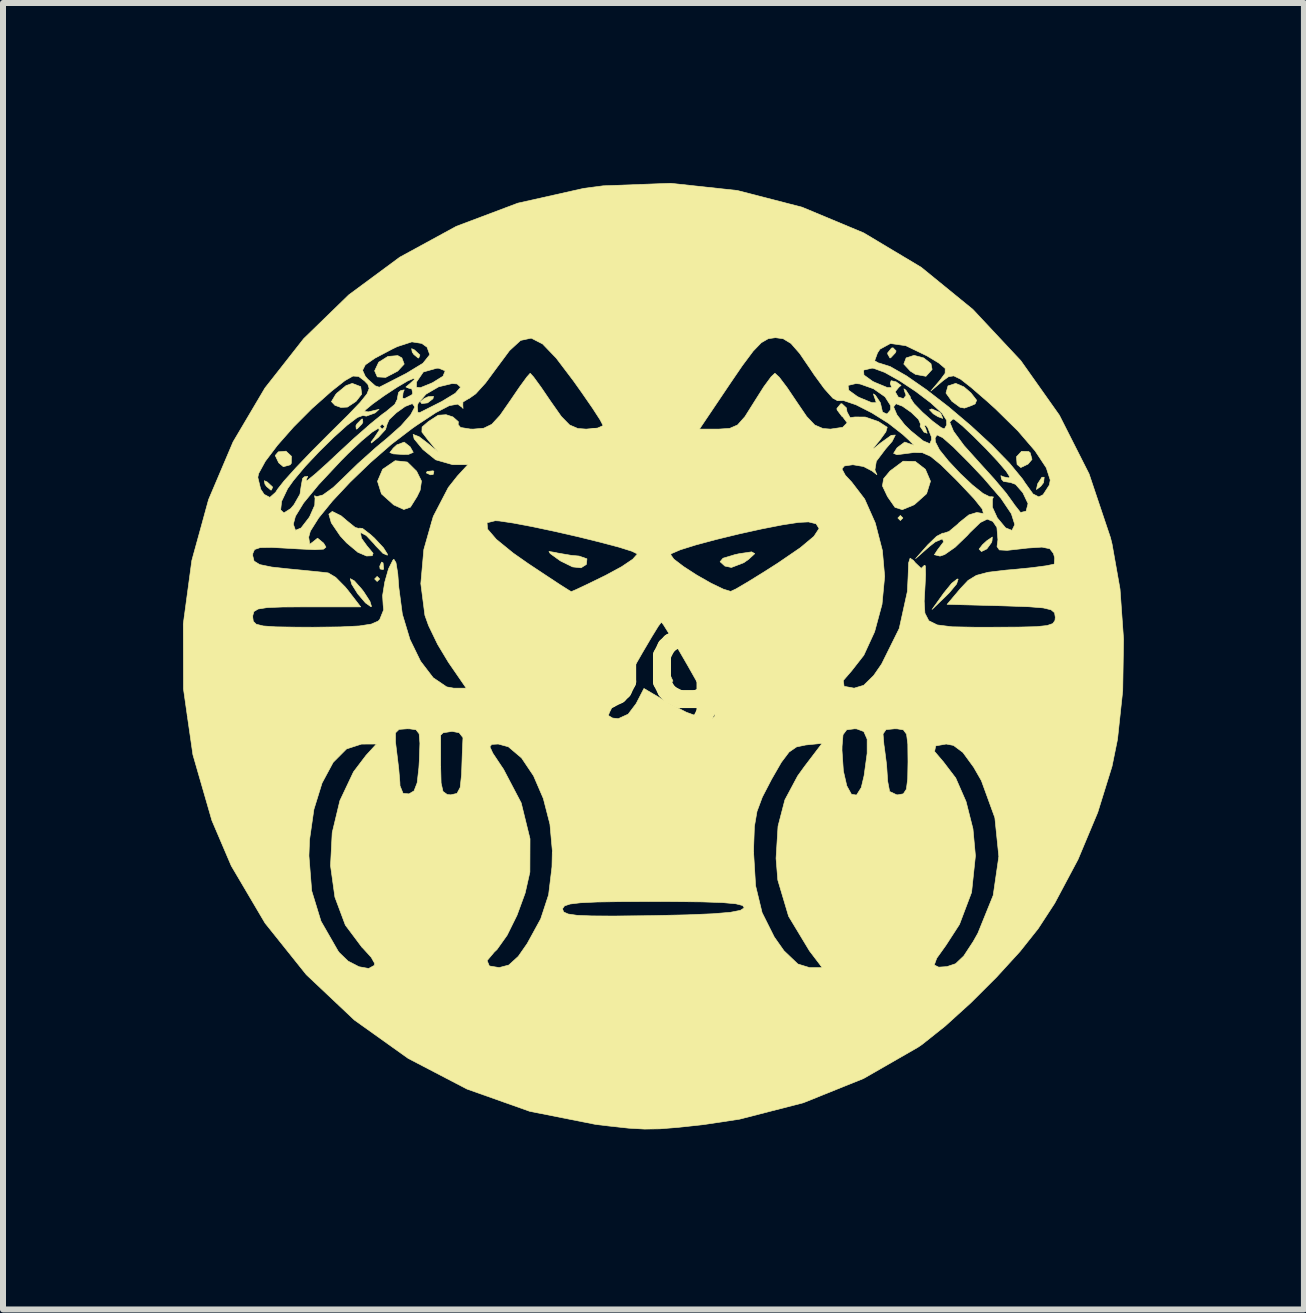
<source format=kicad_pcb>
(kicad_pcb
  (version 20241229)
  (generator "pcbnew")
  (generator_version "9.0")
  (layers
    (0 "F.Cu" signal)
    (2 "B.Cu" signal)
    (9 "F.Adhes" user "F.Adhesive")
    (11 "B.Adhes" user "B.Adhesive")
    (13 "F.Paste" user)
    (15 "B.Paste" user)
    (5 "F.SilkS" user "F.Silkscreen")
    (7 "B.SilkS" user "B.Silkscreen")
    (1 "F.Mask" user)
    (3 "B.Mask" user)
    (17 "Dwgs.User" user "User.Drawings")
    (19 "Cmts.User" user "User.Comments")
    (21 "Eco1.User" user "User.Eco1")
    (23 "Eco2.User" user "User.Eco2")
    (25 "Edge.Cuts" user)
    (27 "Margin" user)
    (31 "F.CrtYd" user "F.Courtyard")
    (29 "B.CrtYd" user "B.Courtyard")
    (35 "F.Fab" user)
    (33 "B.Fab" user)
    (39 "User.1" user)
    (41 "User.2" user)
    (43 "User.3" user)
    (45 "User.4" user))
  (footprint "Logo"
    (layer "F.Cu")
    (at 7.766 7.912)
    (property "Reference" "Logo" (at 0 0 0) (layer "F.SilkS") (effects (font (size 1.524 1.524) (thickness 0.3))))
    (attr through_hole)
    (fp_poly (pts (xy -4.487 -1.312) (xy -4.53 -1.27) (xy -4.572 -1.312) (xy -4.53 -1.355) (xy -4.487 -1.312)) (stroke (width 0.01) (type solid)) (fill yes) (layer "F.SilkS"))
    (fp_poly (pts (xy 4.233 -2.328) (xy 4.191 -2.286) (xy 4.149 -2.328) (xy 4.191 -2.371) (xy 4.233 -2.328)) (stroke (width 0.01) (type solid)) (fill yes) (layer "F.SilkS"))
    (fp_poly (pts (xy -4.431 -1.58) (xy -4.421 -1.48) (xy -4.431 -1.468) (xy -4.481 -1.479) (xy -4.487 -1.524) (xy -4.456 -1.594) (xy -4.431 -1.58)) (stroke (width 0.01) (type solid)) (fill yes) (layer "F.SilkS"))
    (fp_poly (pts (xy -3.584 -3.104) (xy -3.596 -3.054) (xy -3.641 -3.048) (xy -3.71 -3.079) (xy -3.697 -3.104) (xy -3.597 -3.115) (xy -3.584 -3.104)) (stroke (width 0.01) (type solid)) (fill yes) (layer "F.SilkS"))
    (fp_poly (pts (xy -6.363 -2.929) (xy -6.272 -2.844) (xy -6.291 -2.795) (xy -6.303 -2.794) (xy -6.374 -2.854) (xy -6.4 -2.892) (xy -6.41 -2.95) (xy -6.363 -2.929)) (stroke (width 0.01) (type solid)) (fill yes) (layer "F.SilkS"))
    (fp_poly (pts (xy -3.908 -5.13) (xy -3.817 -5.045) (xy -3.836 -4.996) (xy -3.847 -4.995) (xy -3.919 -5.055) (xy -3.945 -5.093) (xy -3.955 -5.151) (xy -3.908 -5.13)) (stroke (width 0.01) (type solid)) (fill yes) (layer "F.SilkS"))
    (fp_poly (pts (xy -3.599 -4.317) (xy -3.689 -4.247) (xy -3.787 -4.235) (xy -3.81 -4.267) (xy -3.744 -4.321) (xy -3.679 -4.35) (xy -3.591 -4.356) (xy -3.599 -4.317)) (stroke (width 0.01) (type solid)) (fill yes) (layer "F.SilkS"))
    (fp_poly (pts (xy 0.258 0.156) (xy 0.337 0.252) (xy 0.401 0.391) (xy 0.363 0.407) (xy 0.215 0.309) (xy 0.119 0.197) (xy 0.152 0.138) (xy 0.258 0.156)) (stroke (width 0.01) (type solid)) (fill yes) (layer "F.SilkS"))
    (fp_poly (pts (xy 4.85 -4.087) (xy 4.868 -4.064) (xy 4.898 -3.988) (xy 4.818 -4.017) (xy 4.741 -4.064) (xy 4.676 -4.132) (xy 4.715 -4.147) (xy 4.85 -4.087)) (stroke (width 0.01) (type solid)) (fill yes) (layer "F.SilkS"))
    (fp_poly (pts (xy 6.578 -2.918) (xy 6.53 -2.856) (xy 6.459 -2.803) (xy 6.476 -2.887) (xy 6.482 -2.903) (xy 6.55 -3.007) (xy 6.588 -3.008) (xy 6.578 -2.918)) (stroke (width 0.01) (type solid)) (fill yes) (layer "F.SilkS"))
    (fp_poly (pts (xy -5.958 -3.357) (xy -5.961 -3.239) (xy -5.981 -3.214) (xy -6.093 -3.183) (xy -6.171 -3.249) (xy -6.229 -3.37) (xy -6.177 -3.431) (xy -6.049 -3.442) (xy -5.958 -3.357)) (stroke (width 0.01) (type solid)) (fill yes) (layer "F.SilkS"))
    (fp_poly (pts (xy -4.768 -3.925) (xy -4.784 -3.895) (xy -4.863 -3.814) (xy -4.878 -3.81) (xy -4.884 -3.865) (xy -4.868 -3.895) (xy -4.789 -3.976) (xy -4.774 -3.979) (xy -4.768 -3.925)) (stroke (width 0.01) (type solid)) (fill yes) (layer "F.SilkS"))
    (fp_poly (pts (xy 4.12 -5.113) (xy 4.106 -5.08) (xy 4.03 -4.999) (xy 4.017 -4.995) (xy 3.98 -5.061) (xy 3.979 -5.08) (xy 4.044 -5.161) (xy 4.069 -5.165) (xy 4.12 -5.113)) (stroke (width 0.01) (type solid)) (fill yes) (layer "F.SilkS"))
    (fp_poly (pts (xy 5.154 -1.309) (xy 5.128 -1.229) (xy 5.008 -1.084) (xy 4.959 -1.035) (xy 4.719 -0.804) (xy 4.915 -1.078) (xy 5.047 -1.24) (xy 5.139 -1.312) (xy 5.154 -1.309)) (stroke (width 0.01) (type solid)) (fill yes) (layer "F.SilkS"))
    (fp_poly (pts (xy 5.718 -1.944) (xy 5.708 -1.917) (xy 5.632 -1.813) (xy 5.542 -1.769) (xy 5.503 -1.81) (xy 5.56 -1.883) (xy 5.632 -1.949) (xy 5.724 -2.011) (xy 5.718 -1.944)) (stroke (width 0.01) (type solid)) (fill yes) (layer "F.SilkS"))
    (fp_poly (pts (xy 6.328 -3.437) (xy 6.354 -3.417) (xy 6.385 -3.305) (xy 6.319 -3.227) (xy 6.198 -3.169) (xy 6.136 -3.221) (xy 6.126 -3.349) (xy 6.211 -3.44) (xy 6.328 -3.437)) (stroke (width 0.01) (type solid)) (fill yes) (layer "F.SilkS"))
    (fp_poly (pts (xy -3.98 -3.515) (xy -3.928 -3.422) (xy -4.006 -3.389) (xy -4.096 -3.387) (xy -4.26 -3.397) (xy -4.318 -3.419) (xy -4.262 -3.492) (xy -4.202 -3.547) (xy -4.079 -3.593) (xy -3.98 -3.515)) (stroke (width 0.01) (type solid)) (fill yes) (layer "F.SilkS"))
    (fp_poly (pts (xy -4.118 -4.997) (xy -4.079 -4.894) (xy -4.186 -4.778) (xy -4.186 -4.778) (xy -4.387 -4.672) (xy -4.527 -4.68) (xy -4.572 -4.781) (xy -4.504 -4.925) (xy -4.351 -5.021) (xy -4.186 -5.035) (xy -4.118 -4.997)) (stroke (width 0.01) (type solid)) (fill yes) (layer "F.SilkS"))
    (fp_poly (pts (xy 1.764 -1.734) (xy 1.661 -1.639) (xy 1.581 -1.583) (xy 1.375 -1.504) (xy 1.266 -1.527) (xy 1.186 -1.6) (xy 1.235 -1.658) (xy 1.431 -1.717) (xy 1.503 -1.733) (xy 1.712 -1.764) (xy 1.764 -1.734)) (stroke (width 0.01) (type solid)) (fill yes) (layer "F.SilkS"))
    (fp_poly (pts (xy 4.58 -4.996) (xy 4.701 -4.901) (xy 4.72 -4.804) (xy 4.617 -4.69) (xy 4.443 -4.722) (xy 4.357 -4.777) (xy 4.248 -4.894) (xy 4.287 -4.996) (xy 4.288 -4.997) (xy 4.419 -5.039) (xy 4.58 -4.996)) (stroke (width 0.01) (type solid)) (fill yes) (layer "F.SilkS"))
    (fp_poly (pts (xy -4.804 -4.518) (xy -4.787 -4.393) (xy -4.881 -4.273) (xy -5.025 -4.177) (xy -5.134 -4.171) (xy -5.233 -4.206) (xy -5.292 -4.268) (xy -5.222 -4.385) (xy -5.199 -4.411) (xy -5.048 -4.535) (xy -4.945 -4.572) (xy -4.804 -4.518)) (stroke (width 0.01) (type solid)) (fill yes) (layer "F.SilkS"))
    (fp_poly (pts (xy -4.909 -1.28) (xy -4.788 -1.144) (xy -4.754 -1.1) (xy -4.65 -0.939) (xy -4.624 -0.854) (xy -4.633 -0.849) (xy -4.724 -0.913) (xy -4.852 -1.063) (xy -4.855 -1.067) (xy -4.954 -1.225) (xy -4.978 -1.315) (xy -4.976 -1.317) (xy -4.909 -1.28)) (stroke (width 0.01) (type solid)) (fill yes) (layer "F.SilkS"))
    (fp_poly (pts (xy -1.558 -1.753) (xy -1.524 -1.745) (xy -1.299 -1.706) (xy -1.164 -1.694) (xy -1.033 -1.648) (xy -1.042 -1.555) (xy -1.131 -1.498) (xy -1.272 -1.513) (xy -1.466 -1.608) (xy -1.491 -1.624) (xy -1.645 -1.735) (xy -1.666 -1.771) (xy -1.558 -1.753)) (stroke (width 0.01) (type solid)) (fill yes) (layer "F.SilkS"))
    (fp_poly (pts (xy 5.25 -4.514) (xy 5.367 -4.413) (xy 5.462 -4.291) (xy 5.437 -4.23) (xy 5.373 -4.201) (xy 5.259 -4.16) (xy 5.185 -4.174) (xy 5.064 -4.263) (xy 5.05 -4.273) (xy 4.951 -4.411) (xy 4.985 -4.53) (xy 5.114 -4.572) (xy 5.25 -4.514)) (stroke (width 0.01) (type solid)) (fill yes) (layer "F.SilkS"))
    (fp_poly (pts (xy -4.027 -3.261) (xy -3.872 -3.108) (xy -3.791 -2.944) (xy -3.813 -2.792) (xy -3.865 -2.685) (xy -3.975 -2.509) (xy -4.085 -2.47) (xy -4.253 -2.546) (xy -4.253 -2.546) (xy -4.458 -2.73) (xy -4.524 -2.94) (xy -4.439 -3.139) (xy -4.439 -3.14) (xy -4.23 -3.283) (xy -4.027 -3.261)) (stroke (width 0.01) (type solid)) (fill yes) (layer "F.SilkS"))
    (fp_poly (pts (xy 4.439 -3.271) (xy 4.608 -3.14) (xy 4.693 -2.941) (xy 4.628 -2.733) (xy 4.427 -2.553) (xy 4.406 -2.542) (xy 4.223 -2.467) (xy 4.101 -2.506) (xy 3.979 -2.681) (xy 3.974 -2.69) (xy 3.892 -2.863) (xy 3.912 -2.984) (xy 4.019 -3.112) (xy 4.237 -3.275) (xy 4.439 -3.271)) (stroke (width 0.01) (type solid)) (fill yes) (layer "F.SilkS"))
    (fp_poly (pts (xy -5.131 -2.365) (xy -5.031 -2.28) (xy -4.895 -2.17) (xy -4.828 -2.153) (xy -4.826 -2.16) (xy -4.773 -2.154) (xy -4.64 -2.052) (xy -4.573 -1.991) (xy -4.425 -1.832) (xy -4.358 -1.725) (xy -4.36 -1.708) (xy -4.433 -1.739) (xy -4.558 -1.869) (xy -4.58 -1.897) (xy -4.712 -2.037) (xy -4.8 -2.083) (xy -4.807 -2.079) (xy -4.792 -1.991) (xy -4.699 -1.863) (xy -4.597 -1.74) (xy -4.612 -1.699) (xy -4.707 -1.695) (xy -4.852 -1.757) (xy -5.04 -1.915) (xy -5.144 -2.028) (xy -5.294 -2.248) (xy -5.335 -2.392) (xy -5.278 -2.438) (xy -5.131 -2.365)) (stroke (width 0.01) (type solid)) (fill yes) (layer "F.SilkS"))
    (fp_poly (pts (xy 1.474 -7.787) (xy 2.552 -7.509) (xy 3.58 -7.08) (xy 4.538 -6.507) (xy 5.399 -5.805) (xy 6.198 -4.951) (xy 6.841 -4.042) (xy 7.336 -3.064) (xy 7.692 -2.003) (xy 7.719 -1.895) (xy 7.852 -1.144) (xy 7.911 -0.307) (xy 7.897 0.551) (xy 7.81 1.362) (xy 7.719 1.81) (xy 7.481 2.578) (xy 7.152 3.363) (xy 6.763 4.094) (xy 6.488 4.516) (xy 6.185 4.897) (xy 5.795 5.324) (xy 5.365 5.753) (xy 4.937 6.141) (xy 4.555 6.445) (xy 4.487 6.492) (xy 3.578 7.014) (xy 2.573 7.419) (xy 1.511 7.692) (xy 0.908 7.783) (xy 0.492 7.828) (xy 0.184 7.853) (xy -0.072 7.857) (xy -0.336 7.842) (xy -0.667 7.806) (xy -0.889 7.779) (xy -1.987 7.561) (xy -3.033 7.19) (xy -4.013 6.679) (xy -4.91 6.039) (xy -5.711 5.283) (xy -6.399 4.423) (xy -6.961 3.47) (xy -7.033 3.302) (xy -5.667 3.302) (xy -5.621 3.886) (xy -5.466 4.392) (xy -5.182 4.887) (xy -5.16 4.917) (xy -5.013 5.058) (xy -4.832 5.151) (xy -4.671 5.18) (xy -4.578 5.129) (xy -4.572 5.095) (xy -4.598 5.049) (xy -2.697 5.049) (xy -2.66 5.138) (xy -2.496 5.165) (xy -2.336 5.123) (xy -2.178 4.979) (xy -2.029 4.765) (xy -1.804 4.354) (xy -1.751 4.193) (xy -1.439 4.193) (xy -1.42 4.239) (xy -1.347 4.272) (xy -1.198 4.294) (xy -0.952 4.304) (xy -0.585 4.306) (xy -0.076 4.301) (xy 0.057 4.299) (xy 0.638 4.286) (xy 1.066 4.268) (xy 1.356 4.244) (xy 1.525 4.211) (xy 1.588 4.17) (xy 1.563 4.131) (xy 1.449 4.102) (xy 1.228 4.082) (xy 0.881 4.07) (xy 0.391 4.065) (xy 0.092 4.064) (xy -0.459 4.066) (xy -0.863 4.072) (xy -1.141 4.085) (xy -1.315 4.106) (xy -1.407 4.137) (xy -1.438 4.181) (xy -1.439 4.193) (xy -1.751 4.193) (xy -1.672 3.951) (xy -1.616 3.488) (xy -1.611 3.254) (xy 1.745 3.254) (xy 1.778 3.802) (xy 1.886 4.249) (xy 2.089 4.655) (xy 2.251 4.885) (xy 2.483 5.106) (xy 2.676 5.165) (xy 2.887 5.165) (xy 2.855 5.122) (xy 4.756 5.122) (xy 4.83 5.158) (xy 4.967 5.149) (xy 5.111 5.101) (xy 5.247 4.972) (xy 5.405 4.731) (xy 5.483 4.592) (xy 5.738 3.962) (xy 5.832 3.313) (xy 5.766 2.668) (xy 5.541 2.049) (xy 5.413 1.826) (xy 5.233 1.579) (xy 5.076 1.462) (xy 4.955 1.439) (xy 4.78 1.47) (xy 4.761 1.563) (xy 4.897 1.723) (xy 4.903 1.729) (xy 5.114 2.006) (xy 5.286 2.399) (xy 5.401 2.853) (xy 5.442 3.302) (xy 5.378 3.911) (xy 5.176 4.446) (xy 4.95 4.795) (xy 4.797 5.009) (xy 4.756 5.122) (xy 2.855 5.122) (xy 2.676 4.887) (xy 2.328 4.31) (xy 2.148 3.706) (xy 2.119 3.344) (xy 2.152 2.808) (xy 2.266 2.37) (xy 2.479 1.971) (xy 2.59 1.817) (xy 2.797 1.545) (xy 3.218 1.545) (xy 3.241 1.888) (xy 3.298 2.136) (xy 3.375 2.276) (xy 3.46 2.29) (xy 3.539 2.165) (xy 3.586 1.968) (xy 3.637 1.595) (xy 3.637 1.358) (xy 3.599 1.271) (xy 3.902 1.271) (xy 3.917 1.451) (xy 3.925 1.503) (xy 3.961 1.784) (xy 3.978 2.038) (xy 3.978 2.053) (xy 4.012 2.23) (xy 4.129 2.285) (xy 4.149 2.286) (xy 4.24 2.269) (xy 4.291 2.192) (xy 4.313 2.019) (xy 4.318 1.736) (xy 4.315 1.44) (xy 4.294 1.275) (xy 4.241 1.203) (xy 4.14 1.186) (xy 4.095 1.185) (xy 3.952 1.199) (xy 3.902 1.271) (xy 3.599 1.271) (xy 3.581 1.231) (xy 3.464 1.187) (xy 3.429 1.185) (xy 3.296 1.202) (xy 3.235 1.284) (xy 3.219 1.477) (xy 3.218 1.545) (xy 2.797 1.545) (xy 2.886 1.428) (xy 2.614 1.455) (xy 2.461 1.487) (xy 2.336 1.573) (xy 2.207 1.744) (xy 2.044 2.027) (xy 1.89 2.324) (xy 1.801 2.563) (xy 1.758 2.814) (xy 1.746 3.146) (xy 1.745 3.254) (xy -1.611 3.254) (xy -1.61 3.217) (xy -1.65 2.774) (xy -1.76 2.347) (xy -1.923 1.969) (xy -2.123 1.671) (xy -2.343 1.485) (xy -2.512 1.439) (xy -2.619 1.445) (xy -2.651 1.485) (xy -2.602 1.592) (xy -2.465 1.798) (xy -2.424 1.858) (xy -2.129 2.42) (xy -1.982 3.019) (xy -1.984 3.574) (xy -2.063 3.923) (xy -2.198 4.292) (xy -2.363 4.626) (xy -2.533 4.865) (xy -2.576 4.905) (xy -2.697 5.049) (xy -4.598 5.049) (xy -4.628 4.995) (xy -4.765 4.844) (xy -4.783 4.827) (xy -5.06 4.457) (xy -5.234 3.991) (xy -5.307 3.465) (xy -5.279 2.917) (xy -5.151 2.383) (xy -4.924 1.903) (xy -4.717 1.63) (xy -4.542 1.439) (xy -4.79 1.44) (xy -5.04 1.521) (xy -5.263 1.745) (xy -5.448 2.089) (xy -5.584 2.528) (xy -5.657 3.036) (xy -5.667 3.302) (xy -7.033 3.302) (xy -7.284 2.714) (xy -7.601 1.616) (xy -7.631 1.406) (xy -4.224 1.406) (xy -4.203 1.578) (xy -4.17 1.852) (xy -4.151 2.078) (xy -4.149 2.135) (xy -4.098 2.261) (xy -4 2.27) (xy -3.915 2.22) (xy -3.863 2.086) (xy -3.834 1.832) (xy -3.827 1.714) (xy -3.817 1.426) (xy -3.828 1.291) (xy -3.471 1.291) (xy -3.471 1.82) (xy -3.464 2.089) (xy -3.432 2.23) (xy -3.361 2.281) (xy -3.302 2.286) (xy -3.199 2.262) (xy -3.146 2.163) (xy -3.123 1.947) (xy -3.12 1.863) (xy -3.111 1.595) (xy -3.102 1.392) (xy -3.099 1.333) (xy -3.163 1.251) (xy -3.281 1.228) (xy -3.43 1.252) (xy -3.471 1.291) (xy -3.828 1.291) (xy -3.83 1.268) (xy -3.882 1.201) (xy -3.987 1.186) (xy -4.029 1.185) (xy -4.165 1.195) (xy -4.224 1.253) (xy -4.224 1.406) (xy -7.631 1.406) (xy -7.695 0.963) (xy -0.677 0.963) (xy -0.606 1.006) (xy -0.51 1.016) (xy -0.346 0.941) (xy -0.213 0.765) (xy -0.083 0.513) (xy 0.343 0.765) (xy 0.625 0.91) (xy 0.87 0.999) (xy 1.041 1.022) (xy 1.101 0.973) (xy 1.062 0.885) (xy 0.96 0.692) (xy 0.816 0.431) (xy 0.651 0.139) (xy 0.486 -0.146) (xy 0.343 -0.388) (xy 0.243 -0.548) (xy 0.208 -0.593) (xy 0.157 -0.525) (xy 0.046 -0.345) (xy -0.103 -0.092) (xy -0.269 0.197) (xy -0.431 0.485) (xy -0.566 0.733) (xy -0.655 0.906) (xy -0.677 0.963) (xy -7.695 0.963) (xy -7.758 0.519) (xy -7.761 -0.563) (xy -7.619 -1.618) (xy -7.597 -1.7) (xy -6.604 -1.7) (xy -6.581 -1.61) (xy -6.487 -1.552) (xy -6.288 -1.511) (xy -6.032 -1.483) (xy -5.724 -1.453) (xy -5.476 -1.428) (xy -5.345 -1.413) (xy -5.222 -1.34) (xy -5.062 -1.178) (xy -5.016 -1.122) (xy -4.804 -0.847) (xy -5.704 -0.847) (xy -6.104 -0.845) (xy -6.363 -0.835) (xy -6.514 -0.811) (xy -6.584 -0.769) (xy -6.603 -0.701) (xy -6.604 -0.677) (xy -6.594 -0.606) (xy -6.545 -0.558) (xy -6.429 -0.529) (xy -6.218 -0.514) (xy -5.883 -0.509) (xy -5.598 -0.508) (xy -5.142 -0.513) (xy -4.827 -0.529) (xy -4.627 -0.56) (xy -4.515 -0.609) (xy -4.488 -0.634) (xy -4.422 -0.797) (xy -4.43 -0.882) (xy -4.439 -1.036) (xy -4.403 -1.26) (xy -4.34 -1.482) (xy -4.268 -1.625) (xy -4.251 -1.64) (xy -4.216 -1.584) (xy -4.186 -1.4) (xy -4.169 -1.172) (xy -4.11 -0.725) (xy -3.983 -0.304) (xy -3.806 0.059) (xy -3.596 0.334) (xy -3.37 0.487) (xy -3.254 0.508) (xy -3.045 0.508) (xy -3.342 0.077) (xy -3.523 -0.224) (xy -3.673 -0.535) (xy -3.734 -0.706) (xy -3.802 -1.235) (xy -3.752 -1.802) (xy -3.625 -2.249) (xy -2.698 -2.249) (xy -2.69 -2.143) (xy -2.543 -1.972) (xy -2.262 -1.743) (xy -2.012 -1.568) (xy -1.715 -1.371) (xy -1.477 -1.214) (xy -1.328 -1.12) (xy -1.294 -1.101) (xy -1.214 -1.135) (xy -1.021 -1.226) (xy -0.757 -1.355) (xy -0.72 -1.373) (xy -0.456 -1.516) (xy -0.269 -1.642) (xy -0.201 -1.719) (xy 0.361 -1.719) (xy 0.415 -1.643) (xy 0.576 -1.52) (xy 0.797 -1.377) (xy 1.034 -1.242) (xy 1.242 -1.142) (xy 1.363 -1.105) (xy 1.451 -1.146) (xy 1.648 -1.262) (xy 1.923 -1.432) (xy 2.15 -1.577) (xy 2.524 -1.833) (xy 2.75 -2.022) (xy 2.836 -2.153) (xy 2.786 -2.232) (xy 2.66 -2.263) (xy 2.494 -2.255) (xy 2.22 -2.213) (xy 1.874 -2.145) (xy 1.494 -2.061) (xy 1.117 -1.969) (xy 0.781 -1.879) (xy 0.522 -1.798) (xy 0.378 -1.736) (xy 0.361 -1.719) (xy -0.201 -1.719) (xy -0.195 -1.725) (xy -0.196 -1.731) (xy -0.283 -1.774) (xy -0.499 -1.842) (xy -0.809 -1.924) (xy -1.176 -2.015) (xy -1.565 -2.104) (xy -1.938 -2.183) (xy -2.26 -2.244) (xy -2.494 -2.279) (xy -2.561 -2.283) (xy -2.698 -2.249) (xy -3.625 -2.249) (xy -3.594 -2.355) (xy -3.344 -2.836) (xy -3.193 -3.027) (xy -3.018 -3.217) (xy -3.271 -3.217) (xy -3.554 -3.298) (xy -3.768 -3.471) (xy -3.913 -3.647) (xy -3.93 -3.722) (xy -3.83 -3.683) (xy -3.69 -3.577) (xy -3.514 -3.429) (xy -3.676 -3.621) (xy -3.784 -3.761) (xy -3.781 -3.845) (xy -3.676 -3.936) (xy -3.513 -4.041) (xy -3.381 -4.05) (xy -3.267 -4.013) (xy -3.176 -3.933) (xy -3.18 -3.886) (xy -3.139 -3.837) (xy -2.976 -3.811) (xy -2.927 -3.81) (xy -2.753 -3.825) (xy -2.619 -3.89) (xy -2.481 -4.04) (xy -2.317 -4.276) (xy -2.156 -4.512) (xy -2.034 -4.679) (xy -1.979 -4.741) (xy -1.921 -4.677) (xy -1.797 -4.507) (xy -1.64 -4.276) (xy -1.46 -4.02) (xy -1.322 -3.879) (xy -1.185 -3.82) (xy -1.046 -3.81) (xy 0.842 -3.81) (xy 1.163 -3.81) (xy 1.346 -3.822) (xy 1.477 -3.879) (xy 1.6 -4.017) (xy 1.758 -4.268) (xy 1.763 -4.276) (xy 1.915 -4.516) (xy 2.038 -4.683) (xy 2.1 -4.741) (xy 2.172 -4.675) (xy 2.303 -4.502) (xy 2.455 -4.276) (xy 2.63 -4.019) (xy 2.764 -3.878) (xy 2.9 -3.82) (xy 3.027 -3.81) (xy 3.23 -3.84) (xy 3.304 -3.915) (xy 3.23 -4.014) (xy 3.217 -4.022) (xy 3.136 -4.13) (xy 3.133 -4.154) (xy 3.197 -4.231) (xy 3.217 -4.233) (xy 3.291 -4.164) (xy 3.302 -4.097) (xy 3.353 -4.002) (xy 3.435 -4.012) (xy 3.606 -4.011) (xy 3.824 -3.936) (xy 3.972 -3.841) (xy 3.949 -3.764) (xy 3.845 -3.62) (xy 3.737 -3.491) (xy 3.742 -3.481) (xy 3.859 -3.577) (xy 4.039 -3.706) (xy 4.107 -3.711) (xy 4.054 -3.605) (xy 3.944 -3.478) (xy 3.79 -3.274) (xy 3.766 -3.127) (xy 3.771 -3.118) (xy 3.8 -3.049) (xy 3.728 -3.105) (xy 3.721 -3.111) (xy 3.578 -3.186) (xy 3.4 -3.216) (xy 3.258 -3.196) (xy 3.217 -3.146) (xy 3.274 -3.04) (xy 3.379 -2.928) (xy 3.596 -2.644) (xy 3.773 -2.245) (xy 3.891 -1.787) (xy 3.929 -1.355) (xy 3.885 -0.889) (xy 3.762 -0.433) (xy 3.582 -0.041) (xy 3.379 0.219) (xy 3.239 0.381) (xy 3.253 0.477) (xy 3.42 0.508) (xy 3.58 0.46) (xy 3.746 0.297) (xy 3.878 0.106) (xy 4.172 -0.487) (xy 4.308 -1.105) (xy 4.32 -1.355) (xy 4.328 -1.579) (xy 4.353 -1.659) (xy 4.41 -1.62) (xy 4.439 -1.583) (xy 4.538 -1.489) (xy 4.592 -1.541) (xy 4.608 -1.53) (xy 4.611 -1.385) (xy 4.604 -1.228) (xy 4.588 -0.941) (xy 4.6 -0.742) (xy 4.665 -0.616) (xy 4.807 -0.546) (xy 5.052 -0.515) (xy 5.426 -0.508) (xy 5.721 -0.508) (xy 6.159 -0.51) (xy 6.455 -0.517) (xy 6.637 -0.536) (xy 6.732 -0.569) (xy 6.768 -0.621) (xy 6.773 -0.674) (xy 6.761 -0.749) (xy 6.703 -0.798) (xy 6.57 -0.83) (xy 6.334 -0.849) (xy 5.963 -0.862) (xy 5.872 -0.865) (xy 4.97 -0.889) (xy 5.191 -1.151) (xy 5.32 -1.288) (xy 5.458 -1.372) (xy 5.653 -1.424) (xy 5.955 -1.46) (xy 6.065 -1.469) (xy 6.379 -1.5) (xy 6.621 -1.532) (xy 6.748 -1.558) (xy 6.756 -1.563) (xy 6.763 -1.664) (xy 6.742 -1.738) (xy 6.681 -1.816) (xy 6.551 -1.843) (xy 6.308 -1.827) (xy 6.233 -1.818) (xy 5.972 -1.789) (xy 5.841 -1.796) (xy 5.802 -1.852) (xy 5.817 -1.965) (xy 5.8 -2.171) (xy 5.733 -2.271) (xy 5.639 -2.309) (xy 5.524 -2.253) (xy 5.35 -2.085) (xy 5.303 -2.033) (xy 5.105 -1.842) (xy 4.929 -1.719) (xy 4.852 -1.693) (xy 4.758 -1.716) (xy 4.809 -1.795) (xy 4.912 -1.931) (xy 4.891 -1.98) (xy 4.773 -1.93) (xy 4.678 -1.856) (xy 4.445 -1.651) (xy 4.648 -1.881) (xy 4.795 -2.023) (xy 4.899 -2.077) (xy 4.911 -2.074) (xy 5.002 -2.104) (xy 5.148 -2.226) (xy 5.169 -2.249) (xy 5.333 -2.38) (xy 5.467 -2.421) (xy 5.478 -2.418) (xy 5.575 -2.402) (xy 5.557 -2.477) (xy 5.421 -2.648) (xy 5.162 -2.923) (xy 5.111 -2.975) (xy 4.866 -3.216) (xy 4.696 -3.355) (xy 4.56 -3.416) (xy 4.417 -3.42) (xy 4.328 -3.408) (xy 4.134 -3.383) (xy 4.078 -3.406) (xy 4.131 -3.491) (xy 4.139 -3.501) (xy 4.264 -3.594) (xy 4.393 -3.548) (xy 4.418 -3.541) (xy 4.334 -3.626) (xy 4.233 -3.719) (xy 3.99 -3.909) (xy 3.715 -4.081) (xy 3.452 -4.215) (xy 3.243 -4.286) (xy 3.144 -4.283) (xy 3.065 -4.326) (xy 2.925 -4.482) (xy 2.884 -4.538) (xy 3.319 -4.538) (xy 3.331 -4.457) (xy 3.476 -4.352) (xy 3.518 -4.332) (xy 3.716 -4.25) (xy 3.79 -4.25) (xy 3.763 -4.332) (xy 3.759 -4.339) (xy 3.742 -4.397) (xy 3.775 -4.374) (xy 3.857 -4.25) (xy 3.863 -4.226) (xy 3.893 -4.095) (xy 3.959 -4.064) (xy 3.972 -4.064) (xy 4.028 -4.132) (xy 4.029 -4.18) (xy 4.078 -4.18) (xy 4.134 -4.048) (xy 4.263 -3.881) (xy 4.364 -3.782) (xy 4.571 -3.614) (xy 4.682 -3.567) (xy 4.712 -3.638) (xy 4.71 -3.66) (xy 4.77 -3.66) (xy 4.775 -3.596) (xy 4.842 -3.466) (xy 4.991 -3.28) (xy 5.186 -3.072) (xy 5.391 -2.879) (xy 5.569 -2.737) (xy 5.685 -2.68) (xy 5.7 -2.684) (xy 5.742 -2.679) (xy 5.725 -2.64) (xy 5.725 -2.508) (xy 5.806 -2.331) (xy 5.945 -2.164) (xy 6.051 -2.122) (xy 6.096 -2.214) (xy 6.096 -2.225) (xy 6.041 -2.399) (xy 5.87 -2.653) (xy 5.577 -2.994) (xy 5.346 -3.239) (xy 5.073 -3.512) (xy 4.897 -3.667) (xy 4.801 -3.713) (xy 4.77 -3.66) (xy 4.71 -3.66) (xy 4.708 -3.681) (xy 4.646 -3.837) (xy 4.617 -3.871) (xy 4.588 -3.873) (xy 4.614 -3.818) (xy 4.638 -3.74) (xy 4.584 -3.76) (xy 4.519 -3.857) (xy 4.528 -3.891) (xy 4.493 -3.972) (xy 4.372 -4.089) (xy 4.225 -4.192) (xy 4.117 -4.233) (xy 4.078 -4.18) (xy 4.029 -4.18) (xy 4.029 -4.201) (xy 3.936 -4.348) (xy 3.744 -4.482) (xy 3.519 -4.562) (xy 3.45 -4.569) (xy 3.319 -4.538) (xy 2.884 -4.538) (xy 2.751 -4.72) (xy 2.709 -4.784) (xy 2.703 -4.793) (xy 3.577 -4.793) (xy 3.584 -4.711) (xy 3.731 -4.605) (xy 3.772 -4.586) (xy 3.973 -4.503) (xy 4.047 -4.502) (xy 4.022 -4.571) (xy 4.037 -4.617) (xy 4.119 -4.598) (xy 4.203 -4.539) (xy 4.165 -4.507) (xy 4.105 -4.432) (xy 4.155 -4.345) (xy 4.243 -4.318) (xy 4.286 -4.374) (xy 4.267 -4.424) (xy 4.25 -4.482) (xy 4.283 -4.459) (xy 4.357 -4.347) (xy 4.36 -4.325) (xy 4.419 -4.235) (xy 4.559 -4.091) (xy 4.728 -3.942) (xy 4.871 -3.835) (xy 4.924 -3.813) (xy 4.963 -3.879) (xy 4.962 -3.926) (xy 5.014 -3.926) (xy 5.077 -3.774) (xy 5.252 -3.536) (xy 5.515 -3.243) (xy 5.752 -2.982) (xy 5.953 -2.744) (xy 6.078 -2.571) (xy 6.09 -2.552) (xy 6.194 -2.42) (xy 6.286 -2.442) (xy 6.319 -2.568) (xy 6.232 -2.75) (xy 6.111 -2.889) (xy 6.016 -2.924) (xy 6.013 -2.922) (xy 5.91 -2.938) (xy 5.877 -2.975) (xy 5.866 -3.034) (xy 5.914 -3.014) (xy 6.001 -2.996) (xy 6.011 -3.019) (xy 5.955 -3.108) (xy 5.812 -3.275) (xy 5.618 -3.482) (xy 5.409 -3.691) (xy 5.224 -3.865) (xy 5.097 -3.967) (xy 5.069 -3.979) (xy 5.014 -3.926) (xy 4.962 -3.926) (xy 4.961 -3.958) (xy 4.883 -4.078) (xy 4.697 -4.248) (xy 4.448 -4.437) (xy 4.178 -4.616) (xy 3.93 -4.755) (xy 3.746 -4.823) (xy 3.718 -4.826) (xy 3.577 -4.793) (xy 2.703 -4.793) (xy 2.596 -4.949) (xy 3.762 -4.949) (xy 3.828 -4.911) (xy 3.836 -4.911) (xy 4.02 -4.853) (xy 4.293 -4.697) (xy 4.627 -4.465) (xy 4.994 -4.181) (xy 5.365 -3.867) (xy 5.713 -3.546) (xy 6.01 -3.242) (xy 6.227 -2.978) (xy 6.272 -2.91) (xy 6.402 -2.729) (xy 6.499 -2.68) (xy 6.57 -2.717) (xy 6.674 -2.878) (xy 6.689 -2.961) (xy 6.623 -3.165) (xy 6.437 -3.446) (xy 6.15 -3.78) (xy 5.779 -4.145) (xy 5.642 -4.269) (xy 5.371 -4.504) (xy 5.195 -4.642) (xy 5.081 -4.697) (xy 4.995 -4.684) (xy 4.904 -4.619) (xy 4.888 -4.605) (xy 4.699 -4.445) (xy 4.854 -4.628) (xy 4.937 -4.74) (xy 4.938 -4.821) (xy 4.832 -4.911) (xy 4.635 -5.03) (xy 4.282 -5.2) (xy 4.025 -5.237) (xy 3.851 -5.142) (xy 3.81 -5.08) (xy 3.762 -4.949) (xy 2.596 -4.949) (xy 2.513 -5.071) (xy 2.367 -5.238) (xy 2.238 -5.316) (xy 2.109 -5.334) (xy 1.989 -5.317) (xy 1.873 -5.25) (xy 1.737 -5.109) (xy 1.557 -4.868) (xy 1.355 -4.572) (xy 0.842 -3.81) (xy -1.046 -3.81) (xy -0.857 -3.827) (xy -0.767 -3.867) (xy -0.766 -3.873) (xy -0.814 -3.965) (xy -0.941 -4.161) (xy -1.125 -4.427) (xy -1.258 -4.614) (xy -1.545 -4.993) (xy -1.772 -5.229) (xy -1.962 -5.326) (xy -2.139 -5.288) (xy -2.324 -5.118) (xy -2.537 -4.831) (xy -2.722 -4.58) (xy -2.887 -4.398) (xy -2.999 -4.319) (xy -3.006 -4.318) (xy -3.1 -4.261) (xy -3.102 -4.212) (xy -3.098 -4.153) (xy -3.111 -4.17) (xy -3.188 -4.226) (xy -3.327 -4.201) (xy -3.549 -4.086) (xy -3.875 -3.871) (xy -3.945 -3.822) (xy -4.291 -3.558) (xy -4.644 -3.25) (xy -4.981 -2.925) (xy -5.276 -2.61) (xy -5.505 -2.329) (xy -5.643 -2.11) (xy -5.671 -2.009) (xy -5.653 -1.891) (xy -5.6 -1.93) (xy -5.523 -1.992) (xy -5.422 -1.909) (xy -5.383 -1.843) (xy -5.423 -1.809) (xy -5.568 -1.8) (xy -5.845 -1.813) (xy -5.958 -1.82) (xy -6.285 -1.838) (xy -6.479 -1.835) (xy -6.573 -1.803) (xy -6.602 -1.738) (xy -6.604 -1.7) (xy -7.597 -1.7) (xy -7.452 -2.225) (xy -5.927 -2.225) (xy -5.891 -2.123) (xy -5.798 -2.162) (xy -5.667 -2.332) (xy -5.651 -2.359) (xy -5.57 -2.542) (xy -5.565 -2.663) (xy -5.569 -2.669) (xy -5.573 -2.7) (xy -5.538 -2.684) (xy -5.434 -2.712) (xy -5.262 -2.837) (xy -5.115 -2.977) (xy -4.854 -3.231) (xy -4.544 -3.509) (xy -4.364 -3.658) (xy -4.133 -3.864) (xy -3.972 -4.047) (xy -3.902 -4.179) (xy -3.915 -4.197) (xy -3.86 -4.197) (xy -3.852 -4.09) (xy -3.824 -4.083) (xy -3.719 -4.136) (xy -3.525 -4.234) (xy -3.45 -4.272) (xy -3.226 -4.408) (xy -3.139 -4.509) (xy -3.197 -4.563) (xy -3.281 -4.569) (xy -3.505 -4.515) (xy -3.716 -4.392) (xy -3.846 -4.241) (xy -3.86 -4.197) (xy -3.915 -4.197) (xy -3.942 -4.233) (xy -3.947 -4.233) (xy -4.062 -4.188) (xy -4.209 -4.083) (xy -4.329 -3.969) (xy -4.362 -3.897) (xy -4.39 -3.803) (xy -4.509 -3.673) (xy -4.626 -3.578) (xy -4.631 -3.595) (xy -4.581 -3.662) (xy -4.493 -3.795) (xy -4.51 -3.823) (xy -4.614 -3.759) (xy -4.788 -3.614) (xy -5.014 -3.402) (xy -5.134 -3.281) (xy -5.506 -2.883) (xy -5.756 -2.579) (xy -5.892 -2.357) (xy -5.927 -2.225) (xy -7.452 -2.225) (xy -7.387 -2.463) (xy -6.138 -2.463) (xy -6.084 -2.413) (xy -5.97 -2.486) (xy -5.916 -2.55) (xy -5.816 -2.725) (xy -5.797 -2.855) (xy -5.773 -2.987) (xy -5.741 -3.016) (xy -5.687 -3.022) (xy -5.716 -2.955) (xy -5.69 -2.957) (xy -5.565 -3.059) (xy -5.363 -3.24) (xy -5.2 -3.393) (xy -4.915 -3.657) (xy -4.692 -3.852) (xy -4.487 -3.852) (xy -4.445 -3.81) (xy -4.403 -3.852) (xy -4.445 -3.895) (xy -4.487 -3.852) (xy -4.692 -3.852) (xy -4.65 -3.89) (xy -4.444 -4.057) (xy -4.382 -4.101) (xy -4.236 -4.222) (xy -4.19 -4.315) (xy -4.193 -4.321) (xy -4.174 -4.42) (xy -4.137 -4.452) (xy -4.078 -4.464) (xy -4.098 -4.416) (xy -4.106 -4.329) (xy -4.074 -4.318) (xy -3.954 -4.38) (xy -3.937 -4.403) (xy -3.952 -4.479) (xy -3.996 -4.489) (xy -4.041 -4.508) (xy -3.876 -4.508) (xy -3.808 -4.501) (xy -3.632 -4.572) (xy -3.602 -4.586) (xy -3.432 -4.692) (xy -3.396 -4.781) (xy -3.501 -4.824) (xy -3.535 -4.825) (xy -3.76 -4.762) (xy -3.873 -4.596) (xy -3.873 -4.593) (xy -3.876 -4.508) (xy -4.041 -4.508) (xy -4.051 -4.512) (xy -3.979 -4.572) (xy -3.905 -4.64) (xy -3.922 -4.655) (xy -4.021 -4.613) (xy -4.201 -4.506) (xy -4.411 -4.368) (xy -4.601 -4.232) (xy -4.722 -4.132) (xy -4.741 -4.105) (xy -4.675 -4.097) (xy -4.593 -4.117) (xy -4.498 -4.139) (xy -4.554 -4.088) (xy -4.568 -4.078) (xy -4.71 -4.026) (xy -4.767 -4.037) (xy -4.859 -4.004) (xy -5.032 -3.873) (xy -5.255 -3.672) (xy -5.499 -3.432) (xy -5.733 -3.183) (xy -5.926 -2.952) (xy -6.022 -2.817) (xy -6.122 -2.607) (xy -6.138 -2.463) (xy -7.387 -2.463) (xy -7.34 -2.634) (xy -7.182 -3.006) (xy -6.519 -3.006) (xy -6.471 -2.809) (xy -6.413 -2.722) (xy -6.318 -2.672) (xy -6.222 -2.757) (xy -6.188 -2.81) (xy -6.082 -2.945) (xy -5.883 -3.166) (xy -5.619 -3.442) (xy -5.325 -3.737) (xy -5.016 -4.043) (xy -4.813 -4.255) (xy -4.7 -4.395) (xy -4.663 -4.488) (xy -4.685 -4.556) (xy -4.741 -4.614) (xy -4.839 -4.688) (xy -4.933 -4.694) (xy -5.067 -4.618) (xy -5.284 -4.447) (xy -5.296 -4.437) (xy -5.616 -4.153) (xy -5.923 -3.845) (xy -6.191 -3.541) (xy -6.394 -3.273) (xy -6.505 -3.07) (xy -6.519 -3.006) (xy -7.182 -3.006) (xy -6.931 -3.597) (xy -6.4 -4.495) (xy -6.168 -4.79) (xy -4.773 -4.79) (xy -4.728 -4.691) (xy -4.686 -4.642) (xy -4.561 -4.531) (xy -4.494 -4.508) (xy -4.396 -4.558) (xy -4.199 -4.659) (xy -4.043 -4.739) (xy -3.767 -4.907) (xy -3.653 -5.05) (xy -3.698 -5.175) (xy -3.786 -5.238) (xy -3.951 -5.264) (xy -4.194 -5.185) (xy -4.273 -5.147) (xy -4.567 -4.992) (xy -4.727 -4.881) (xy -4.773 -4.79) (xy -6.168 -4.79) (xy -5.755 -5.316) (xy -5.003 -6.047) (xy -4.152 -6.676) (xy -3.21 -7.19) (xy -2.185 -7.576) (xy -1.084 -7.823) (xy -0.763 -7.865) (xy 0.363 -7.907) (xy 1.474 -7.787)) (stroke (width 0.01) (type solid)) (fill yes) (layer "F.SilkS")))
  (gr_rect
    (start -3 -3)
    (end 18.683 18.775)
    (stroke (width 0.1) (type default))
    (fill no)
    (layer "Edge.Cuts")))
</source>
